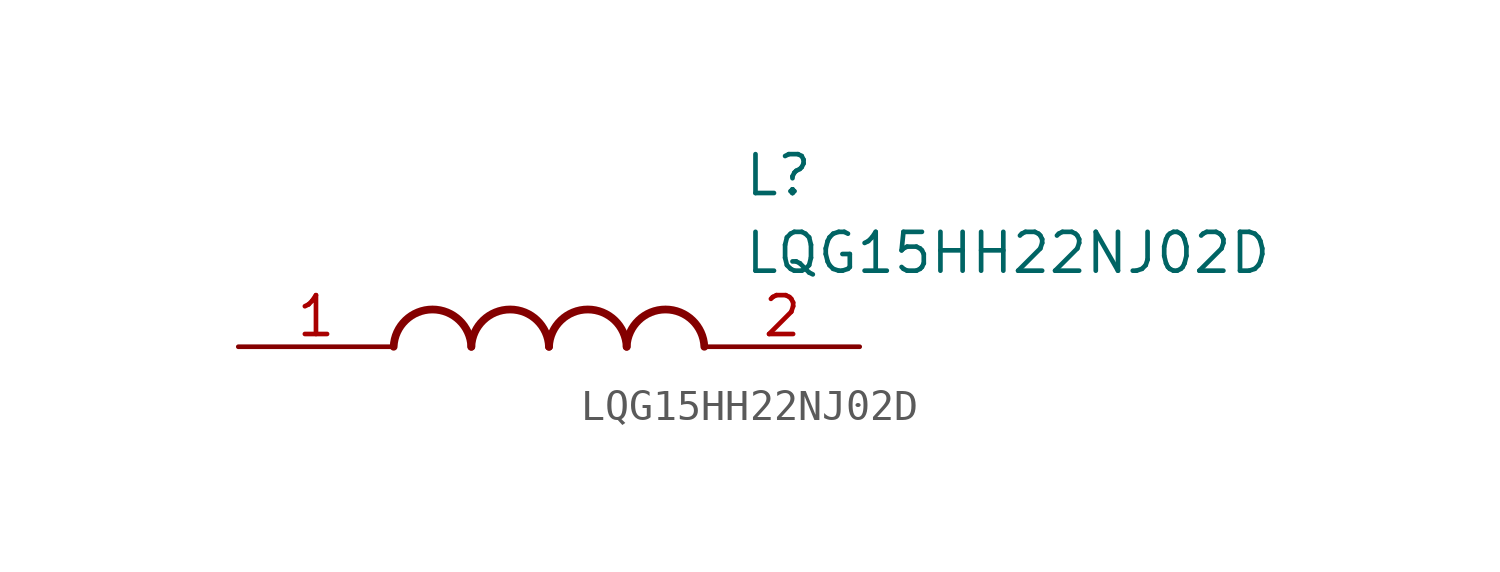
<source format=kicad_sym>
(kicad_symbol_lib
  (version 20211014)
  (generator SamacSys_ECAD_Model)
  (symbol "LQG15HH22NJ02D"
    (pin_names hide)
    (property "Reference" "L"
      (at 16.51 6.35 0)
      (effects (font (size 1.27 1.27)) (justify left top)))
    (property "Value" "LQG15HH22NJ02D"
      (at 16.51 3.81 0)
      (effects (font (size 1.27 1.27)) (justify left top)))
    (arc
      (start 7.62 0)
      (mid 6.35 1.219)
      (end 5.08 0)
      (stroke (width 0.254) (type default))
      (fill (type none)))
    (arc
      (start 10.16 0)
      (mid 8.89 1.219)
      (end 7.62 0)
      (stroke (width 0.254) (type default))
      (fill (type none)))
    (arc
      (start 12.7 0)
      (mid 11.43 1.219)
      (end 10.16 0)
      (stroke (width 0.254) (type default))
      (fill (type none)))
    (arc
      (start 15.24 0)
      (mid 13.97 1.219)
      (end 12.7 0)
      (stroke (width 0.254) (type default))
      (fill (type none)))
    (pin passive line
      (at 0 0 0)
      (length 5.08)
      (name "1" (effects (font (size 1.27 1.27))))
      (number "1" (effects (font (size 1.27 1.27)))))
    (pin passive line
      (at 20.32 0 180)
      (length 5.08)
      (name "2" (effects (font (size 1.27 1.27))))
      (number "2" (effects (font (size 1.27 1.27)))))))
</source>
